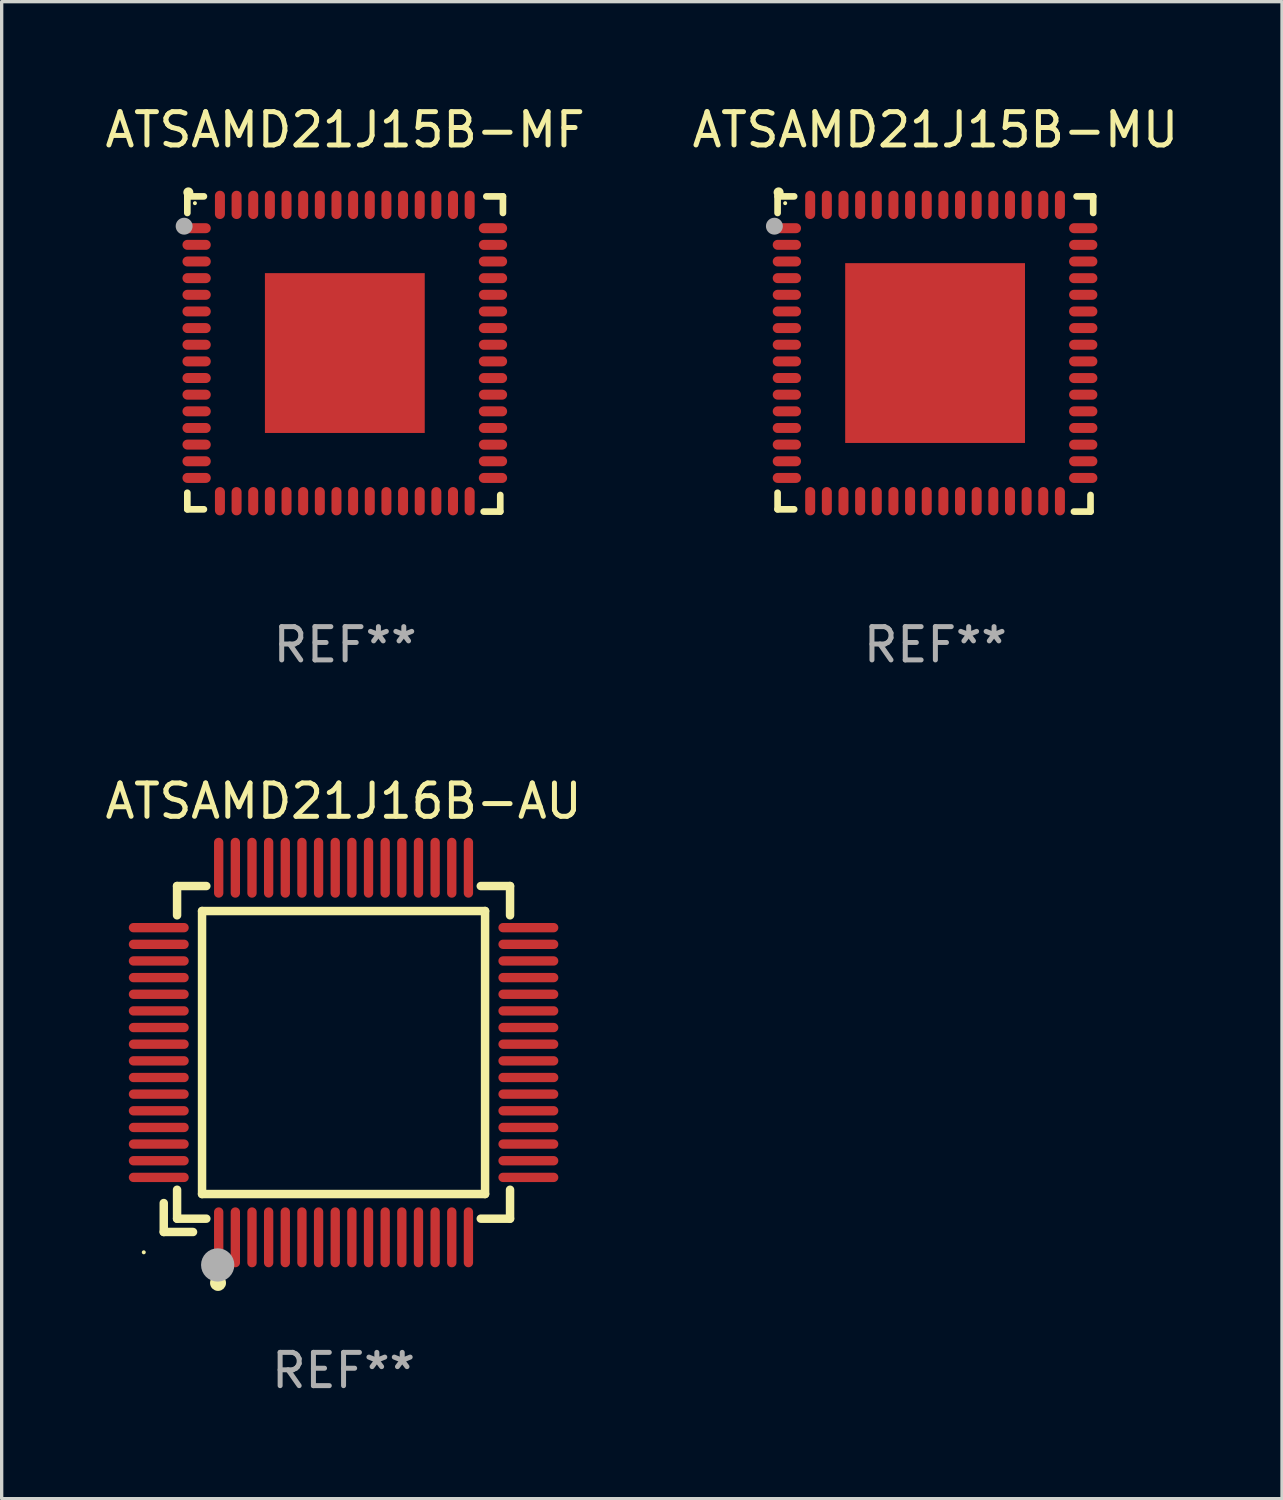
<source format=kicad_pcb>
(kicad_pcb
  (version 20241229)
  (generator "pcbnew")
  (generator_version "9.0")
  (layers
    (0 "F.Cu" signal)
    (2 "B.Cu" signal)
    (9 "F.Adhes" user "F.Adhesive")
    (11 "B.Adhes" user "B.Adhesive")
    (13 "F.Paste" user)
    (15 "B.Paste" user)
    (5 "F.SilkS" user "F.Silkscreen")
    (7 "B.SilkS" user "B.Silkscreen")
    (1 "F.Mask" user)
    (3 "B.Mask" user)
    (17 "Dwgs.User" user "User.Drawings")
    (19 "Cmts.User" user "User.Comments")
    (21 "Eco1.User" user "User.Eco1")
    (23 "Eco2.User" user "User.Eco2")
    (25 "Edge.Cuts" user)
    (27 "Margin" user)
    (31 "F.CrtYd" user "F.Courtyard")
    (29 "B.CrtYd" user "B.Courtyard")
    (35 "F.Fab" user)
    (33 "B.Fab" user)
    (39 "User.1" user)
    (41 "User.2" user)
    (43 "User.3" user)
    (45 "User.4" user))
  (footprint "ATSAMD21J16B-AU"
    (layer "F.Cu")
    (at 7.268 28.56)
    (property "Reference" "ATSAMD21J16B-AU" (at 0 -7.55 0) (layer "F.SilkS") (effects (font (size 1 1) (thickness 0.15))))
    (attr through_hole)
    (fp_line (start -5.4 4.521) (end -5.4 5.39) (stroke (width 0.254) (type solid)) (layer "F.SilkS"))
    (fp_line (start -5.4 5.39) (end -4.521 5.39) (stroke (width 0.254) (type solid)) (layer "F.SilkS"))
    (fp_line (start -5 -5) (end -5 -4.121) (stroke (width 0.254) (type solid)) (layer "F.SilkS"))
    (fp_line (start -5 4.121) (end -5 4.99) (stroke (width 0.254) (type solid)) (layer "F.SilkS"))
    (fp_line (start -5 4.99) (end -4.121 4.99) (stroke (width 0.254) (type solid)) (layer "F.SilkS"))
    (fp_line (start -4.25 -4.25) (end -4.25 4.25) (stroke (width 0.254) (type solid)) (layer "F.SilkS"))
    (fp_line (start -4.25 4.25) (end 4.25 4.25) (stroke (width 0.254) (type solid)) (layer "F.SilkS"))
    (fp_line (start -4.121 -5) (end -5 -5) (stroke (width 0.254) (type solid)) (layer "F.SilkS"))
    (fp_line (start 4.121 4.99) (end 5 4.99) (stroke (width 0.254) (type solid)) (layer "F.SilkS"))
    (fp_line (start 4.25 -4.25) (end -4.25 -4.25) (stroke (width 0.254) (type solid)) (layer "F.SilkS"))
    (fp_line (start 4.25 4.25) (end 4.25 -4.25) (stroke (width 0.254) (type solid)) (layer "F.SilkS"))
    (fp_line (start 5 -5) (end 4.121 -5) (stroke (width 0.254) (type solid)) (layer "F.SilkS"))
    (fp_line (start 5 -4.121) (end 5 -5) (stroke (width 0.254) (type solid)) (layer "F.SilkS"))
    (fp_line (start 5 4.99) (end 5 4.121) (stroke (width 0.254) (type solid)) (layer "F.SilkS"))
    (fp_circle (center -6 6) (end -5.97 6) (stroke (width 0.06) (type solid)) (fill no) (layer "F.SilkS"))
    (fp_circle (center -3.77 6.92) (end -3.65 6.92) (stroke (width 0.24) (type solid)) (fill no) (layer "F.SilkS"))
    (fp_circle (center -3.78 6.38) (end -3.53 6.38) (stroke (width 0.5) (type solid)) (fill no) (layer "F.Fab"))
    (fp_text user "REF**" (at 0 9.55 0) (layer "F.Fab") (effects (font (size 1 1) (thickness 0.15))))
    (pad "1" smd oval (at -3.75 5.55) (size 0.28 1.8) (layers "F.Cu" "F.Mask" "F.Paste"))
    (pad "2" smd oval (at -3.25 5.55) (size 0.28 1.8) (layers "F.Cu" "F.Mask" "F.Paste"))
    (pad "3" smd oval (at -2.75 5.55) (size 0.28 1.8) (layers "F.Cu" "F.Mask" "F.Paste"))
    (pad "4" smd oval (at -2.25 5.55) (size 0.28 1.8) (layers "F.Cu" "F.Mask" "F.Paste"))
    (pad "5" smd oval (at -1.75 5.55) (size 0.28 1.8) (layers "F.Cu" "F.Mask" "F.Paste"))
    (pad "6" smd oval (at -1.25 5.55) (size 0.28 1.8) (layers "F.Cu" "F.Mask" "F.Paste"))
    (pad "7" smd oval (at -0.75 5.55) (size 0.28 1.8) (layers "F.Cu" "F.Mask" "F.Paste"))
    (pad "8" smd oval (at -0.25 5.55) (size 0.28 1.8) (layers "F.Cu" "F.Mask" "F.Paste"))
    (pad "9" smd oval (at 0.25 5.55) (size 0.28 1.8) (layers "F.Cu" "F.Mask" "F.Paste"))
    (pad "10" smd oval (at 0.75 5.55) (size 0.28 1.8) (layers "F.Cu" "F.Mask" "F.Paste"))
    (pad "11" smd oval (at 1.25 5.55) (size 0.28 1.8) (layers "F.Cu" "F.Mask" "F.Paste"))
    (pad "12" smd oval (at 1.75 5.55) (size 0.28 1.8) (layers "F.Cu" "F.Mask" "F.Paste"))
    (pad "13" smd oval (at 2.25 5.55) (size 0.28 1.8) (layers "F.Cu" "F.Mask" "F.Paste"))
    (pad "14" smd oval (at 2.75 5.55) (size 0.28 1.8) (layers "F.Cu" "F.Mask" "F.Paste"))
    (pad "15" smd oval (at 3.25 5.55) (size 0.28 1.8) (layers "F.Cu" "F.Mask" "F.Paste"))
    (pad "16" smd oval (at 3.75 5.55) (size 0.28 1.8) (layers "F.Cu" "F.Mask" "F.Paste"))
    (pad "17" smd oval (at 5.55 3.75) (size 1.8 0.28) (layers "F.Cu" "F.Mask" "F.Paste"))
    (pad "18" smd oval (at 5.55 3.25) (size 1.8 0.28) (layers "F.Cu" "F.Mask" "F.Paste"))
    (pad "19" smd oval (at 5.55 2.75) (size 1.8 0.28) (layers "F.Cu" "F.Mask" "F.Paste"))
    (pad "20" smd oval (at 5.55 2.25) (size 1.8 0.28) (layers "F.Cu" "F.Mask" "F.Paste"))
    (pad "21" smd oval (at 5.55 1.75) (size 1.8 0.28) (layers "F.Cu" "F.Mask" "F.Paste"))
    (pad "22" smd oval (at 5.55 1.25) (size 1.8 0.28) (layers "F.Cu" "F.Mask" "F.Paste"))
    (pad "23" smd oval (at 5.55 0.75) (size 1.8 0.28) (layers "F.Cu" "F.Mask" "F.Paste"))
    (pad "24" smd oval (at 5.55 0.25) (size 1.8 0.28) (layers "F.Cu" "F.Mask" "F.Paste"))
    (pad "25" smd oval (at 5.55 -0.25) (size 1.8 0.28) (layers "F.Cu" "F.Mask" "F.Paste"))
    (pad "26" smd oval (at 5.55 -0.75) (size 1.8 0.28) (layers "F.Cu" "F.Mask" "F.Paste"))
    (pad "27" smd oval (at 5.55 -1.25) (size 1.8 0.28) (layers "F.Cu" "F.Mask" "F.Paste"))
    (pad "28" smd oval (at 5.55 -1.75) (size 1.8 0.28) (layers "F.Cu" "F.Mask" "F.Paste"))
    (pad "29" smd oval (at 5.55 -2.25) (size 1.8 0.28) (layers "F.Cu" "F.Mask" "F.Paste"))
    (pad "30" smd oval (at 5.55 -2.75) (size 1.8 0.28) (layers "F.Cu" "F.Mask" "F.Paste"))
    (pad "31" smd oval (at 5.55 -3.25) (size 1.8 0.28) (layers "F.Cu" "F.Mask" "F.Paste"))
    (pad "32" smd oval (at 5.55 -3.75) (size 1.8 0.28) (layers "F.Cu" "F.Mask" "F.Paste"))
    (pad "33" smd oval (at 3.75 -5.55) (size 0.28 1.8) (layers "F.Cu" "F.Mask" "F.Paste"))
    (pad "34" smd oval (at 3.25 -5.55) (size 0.28 1.8) (layers "F.Cu" "F.Mask" "F.Paste"))
    (pad "35" smd oval (at 2.75 -5.55) (size 0.28 1.8) (layers "F.Cu" "F.Mask" "F.Paste"))
    (pad "36" smd oval (at 2.25 -5.55) (size 0.28 1.8) (layers "F.Cu" "F.Mask" "F.Paste"))
    (pad "37" smd oval (at 1.75 -5.55) (size 0.28 1.8) (layers "F.Cu" "F.Mask" "F.Paste"))
    (pad "38" smd oval (at 1.25 -5.55) (size 0.28 1.8) (layers "F.Cu" "F.Mask" "F.Paste"))
    (pad "39" smd oval (at 0.75 -5.55) (size 0.28 1.8) (layers "F.Cu" "F.Mask" "F.Paste"))
    (pad "40" smd oval (at 0.25 -5.55) (size 0.28 1.8) (layers "F.Cu" "F.Mask" "F.Paste"))
    (pad "41" smd oval (at -0.25 -5.55) (size 0.28 1.8) (layers "F.Cu" "F.Mask" "F.Paste"))
    (pad "42" smd oval (at -0.75 -5.55) (size 0.28 1.8) (layers "F.Cu" "F.Mask" "F.Paste"))
    (pad "43" smd oval (at -1.25 -5.55) (size 0.28 1.8) (layers "F.Cu" "F.Mask" "F.Paste"))
    (pad "44" smd oval (at -1.75 -5.55) (size 0.28 1.8) (layers "F.Cu" "F.Mask" "F.Paste"))
    (pad "45" smd oval (at -2.25 -5.55) (size 0.28 1.8) (layers "F.Cu" "F.Mask" "F.Paste"))
    (pad "46" smd oval (at -2.75 -5.55) (size 0.28 1.8) (layers "F.Cu" "F.Mask" "F.Paste"))
    (pad "47" smd oval (at -3.25 -5.55) (size 0.28 1.8) (layers "F.Cu" "F.Mask" "F.Paste"))
    (pad "48" smd oval (at -3.75 -5.55) (size 0.28 1.8) (layers "F.Cu" "F.Mask" "F.Paste"))
    (pad "49" smd oval (at -5.55 -3.75) (size 1.8 0.28) (layers "F.Cu" "F.Mask" "F.Paste"))
    (pad "50" smd oval (at -5.55 -3.25) (size 1.8 0.28) (layers "F.Cu" "F.Mask" "F.Paste"))
    (pad "51" smd oval (at -5.55 -2.75) (size 1.8 0.28) (layers "F.Cu" "F.Mask" "F.Paste"))
    (pad "52" smd oval (at -5.55 -2.25) (size 1.8 0.28) (layers "F.Cu" "F.Mask" "F.Paste"))
    (pad "53" smd oval (at -5.55 -1.75) (size 1.8 0.28) (layers "F.Cu" "F.Mask" "F.Paste"))
    (pad "54" smd oval (at -5.55 -1.25) (size 1.8 0.28) (layers "F.Cu" "F.Mask" "F.Paste"))
    (pad "55" smd oval (at -5.55 -0.75) (size 1.8 0.28) (layers "F.Cu" "F.Mask" "F.Paste"))
    (pad "56" smd oval (at -5.55 -0.25) (size 1.8 0.28) (layers "F.Cu" "F.Mask" "F.Paste"))
    (pad "57" smd oval (at -5.55 0.25) (size 1.8 0.28) (layers "F.Cu" "F.Mask" "F.Paste"))
    (pad "58" smd oval (at -5.55 0.75) (size 1.8 0.28) (layers "F.Cu" "F.Mask" "F.Paste"))
    (pad "59" smd oval (at -5.55 1.25) (size 1.8 0.28) (layers "F.Cu" "F.Mask" "F.Paste"))
    (pad "60" smd oval (at -5.55 1.75) (size 1.8 0.28) (layers "F.Cu" "F.Mask" "F.Paste"))
    (pad "61" smd oval (at -5.55 2.25) (size 1.8 0.28) (layers "F.Cu" "F.Mask" "F.Paste"))
    (pad "62" smd oval (at -5.55 2.75) (size 1.8 0.28) (layers "F.Cu" "F.Mask" "F.Paste"))
    (pad "63" smd oval (at -5.55 3.25) (size 1.8 0.28) (layers "F.Cu" "F.Mask" "F.Paste"))
    (pad "64" smd oval (at -5.55 3.75) (size 1.8 0.28) (layers "F.Cu" "F.Mask" "F.Paste")))
  (footprint "ATSAMD21J15B-MF"
    (layer "F.Cu")
    (at 7.315 7.581)
    (property "Reference" "ATSAMD21J15B-MF" (at 0 -6.733 0) (layer "F.SilkS") (effects (font (size 1 1) (thickness 0.15))))
    (attr through_hole)
    (fp_line (start -4.739 -4.733) (end -4.241 -4.733) (stroke (width 0.2) (type solid)) (layer "F.SilkS"))
    (fp_line (start -4.739 -4.235) (end -4.739 -4.733) (stroke (width 0.2) (type solid)) (layer "F.SilkS"))
    (fp_line (start -4.739 4.168) (end -4.739 4.665) (stroke (width 0.2) (type solid)) (layer "F.SilkS"))
    (fp_line (start -4.739 4.665) (end -4.241 4.665) (stroke (width 0.2) (type solid)) (layer "F.SilkS"))
    (fp_line (start 4.161 4.733) (end 4.659 4.733) (stroke (width 0.2) (type solid)) (layer "F.SilkS"))
    (fp_line (start 4.241 -4.733) (end 4.739 -4.733) (stroke (width 0.2) (type solid)) (layer "F.SilkS"))
    (fp_line (start 4.659 4.733) (end 4.659 4.235) (stroke (width 0.2) (type solid)) (layer "F.SilkS"))
    (fp_line (start 4.739 -4.733) (end 4.739 -4.235) (stroke (width 0.2) (type solid)) (layer "F.SilkS"))
    (fp_arc (start -4.708623 -4.85108) (mid -4.708628 -4.85235) (end -4.708623 -4.85362) (stroke (width 0.3) (type solid)) (layer "F.SilkS"))
    (fp_circle (center -4.511 -4.529) (end -4.481 -4.529) (stroke (width 0.06) (type solid)) (fill no) (layer "F.SilkS"))
    (fp_circle (center -4.835 -3.838) (end -4.708 -3.838) (stroke (width 0.254) (type solid)) (fill no) (layer "F.Fab"))
    (fp_text user "REF**" (at 0 8.733 0) (layer "F.Fab") (effects (font (size 1 1) (thickness 0.15))))
    (pad "1" smd oval (at -4.46 -3.778) (size 0.85 0.3) (layers "F.Cu" "F.Mask" "F.Paste"))
    (pad "2" smd oval (at -4.46 -3.278) (size 0.85 0.3) (layers "F.Cu" "F.Mask" "F.Paste"))
    (pad "3" smd oval (at -4.46 -2.778) (size 0.85 0.3) (layers "F.Cu" "F.Mask" "F.Paste"))
    (pad "4" smd oval (at -4.46 -2.278) (size 0.85 0.3) (layers "F.Cu" "F.Mask" "F.Paste"))
    (pad "5" smd oval (at -4.46 -1.778) (size 0.85 0.3) (layers "F.Cu" "F.Mask" "F.Paste"))
    (pad "6" smd oval (at -4.46 -1.278) (size 0.85 0.3) (layers "F.Cu" "F.Mask" "F.Paste"))
    (pad "7" smd oval (at -4.46 -0.778) (size 0.85 0.3) (layers "F.Cu" "F.Mask" "F.Paste"))
    (pad "8" smd oval (at -4.46 -0.278) (size 0.85 0.3) (layers "F.Cu" "F.Mask" "F.Paste"))
    (pad "9" smd oval (at -4.46 0.222) (size 0.85 0.3) (layers "F.Cu" "F.Mask" "F.Paste"))
    (pad "10" smd oval (at -4.46 0.722) (size 0.85 0.3) (layers "F.Cu" "F.Mask" "F.Paste"))
    (pad "11" smd oval (at -4.46 1.222) (size 0.85 0.3) (layers "F.Cu" "F.Mask" "F.Paste"))
    (pad "12" smd oval (at -4.46 1.722) (size 0.85 0.3) (layers "F.Cu" "F.Mask" "F.Paste"))
    (pad "13" smd oval (at -4.46 2.222) (size 0.85 0.3) (layers "F.Cu" "F.Mask" "F.Paste"))
    (pad "14" smd oval (at -4.46 2.722) (size 0.85 0.3) (layers "F.Cu" "F.Mask" "F.Paste"))
    (pad "15" smd oval (at -4.46 3.222) (size 0.85 0.3) (layers "F.Cu" "F.Mask" "F.Paste"))
    (pad "16" smd oval (at -4.46 3.722) (size 0.85 0.3) (layers "F.Cu" "F.Mask" "F.Paste"))
    (pad "17" smd oval (at -3.76 4.422) (size 0.3 0.85) (layers "F.Cu" "F.Mask" "F.Paste"))
    (pad "18" smd oval (at -3.26 4.422) (size 0.3 0.85) (layers "F.Cu" "F.Mask" "F.Paste"))
    (pad "19" smd oval (at -2.76 4.422) (size 0.3 0.85) (layers "F.Cu" "F.Mask" "F.Paste"))
    (pad "20" smd oval (at -2.26 4.422) (size 0.3 0.85) (layers "F.Cu" "F.Mask" "F.Paste"))
    (pad "21" smd oval (at -1.76 4.422) (size 0.3 0.85) (layers "F.Cu" "F.Mask" "F.Paste"))
    (pad "22" smd oval (at -1.26 4.422) (size 0.3 0.85) (layers "F.Cu" "F.Mask" "F.Paste"))
    (pad "23" smd oval (at -0.76 4.422) (size 0.3 0.85) (layers "F.Cu" "F.Mask" "F.Paste"))
    (pad "24" smd oval (at -0.26 4.422) (size 0.3 0.85) (layers "F.Cu" "F.Mask" "F.Paste"))
    (pad "25" smd oval (at 0.24 4.422) (size 0.3 0.85) (layers "F.Cu" "F.Mask" "F.Paste"))
    (pad "26" smd oval (at 0.74 4.422) (size 0.3 0.85) (layers "F.Cu" "F.Mask" "F.Paste"))
    (pad "27" smd oval (at 1.24 4.422) (size 0.3 0.85) (layers "F.Cu" "F.Mask" "F.Paste"))
    (pad "28" smd oval (at 1.74 4.422) (size 0.3 0.85) (layers "F.Cu" "F.Mask" "F.Paste"))
    (pad "29" smd oval (at 2.24 4.422) (size 0.3 0.85) (layers "F.Cu" "F.Mask" "F.Paste"))
    (pad "30" smd oval (at 2.74 4.422) (size 0.3 0.85) (layers "F.Cu" "F.Mask" "F.Paste"))
    (pad "31" smd oval (at 3.24 4.422) (size 0.3 0.85) (layers "F.Cu" "F.Mask" "F.Paste"))
    (pad "32" smd oval (at 3.74 4.422) (size 0.3 0.85) (layers "F.Cu" "F.Mask" "F.Paste"))
    (pad "33" smd oval (at 4.44 3.723) (size 0.85 0.3) (layers "F.Cu" "F.Mask" "F.Paste"))
    (pad "34" smd oval (at 4.44 3.222) (size 0.85 0.3) (layers "F.Cu" "F.Mask" "F.Paste"))
    (pad "35" smd oval (at 4.44 2.723) (size 0.85 0.3) (layers "F.Cu" "F.Mask" "F.Paste"))
    (pad "36" smd oval (at 4.44 2.222) (size 0.85 0.3) (layers "F.Cu" "F.Mask" "F.Paste"))
    (pad "37" smd oval (at 4.44 1.723) (size 0.85 0.3) (layers "F.Cu" "F.Mask" "F.Paste"))
    (pad "38" smd oval (at 4.44 1.222) (size 0.85 0.3) (layers "F.Cu" "F.Mask" "F.Paste"))
    (pad "39" smd oval (at 4.44 0.723) (size 0.85 0.3) (layers "F.Cu" "F.Mask" "F.Paste"))
    (pad "40" smd oval (at 4.44 0.222) (size 0.85 0.3) (layers "F.Cu" "F.Mask" "F.Paste"))
    (pad "41" smd oval (at 4.44 -0.277) (size 0.85 0.3) (layers "F.Cu" "F.Mask" "F.Paste"))
    (pad "42" smd oval (at 4.44 -0.778) (size 0.85 0.3) (layers "F.Cu" "F.Mask" "F.Paste"))
    (pad "43" smd oval (at 4.44 -1.277) (size 0.85 0.3) (layers "F.Cu" "F.Mask" "F.Paste"))
    (pad "44" smd oval (at 4.44 -1.778) (size 0.85 0.3) (layers "F.Cu" "F.Mask" "F.Paste"))
    (pad "45" smd oval (at 4.44 -2.277) (size 0.85 0.3) (layers "F.Cu" "F.Mask" "F.Paste"))
    (pad "46" smd oval (at 4.44 -2.778) (size 0.85 0.3) (layers "F.Cu" "F.Mask" "F.Paste"))
    (pad "47" smd oval (at 4.44 -3.277) (size 0.85 0.3) (layers "F.Cu" "F.Mask" "F.Paste"))
    (pad "48" smd oval (at 4.44 -3.778) (size 0.85 0.3) (layers "F.Cu" "F.Mask" "F.Paste"))
    (pad "49" smd oval (at 3.74 -4.478) (size 0.3 0.85) (layers "F.Cu" "F.Mask" "F.Paste"))
    (pad "50" smd oval (at 3.24 -4.478) (size 0.3 0.85) (layers "F.Cu" "F.Mask" "F.Paste"))
    (pad "51" smd oval (at 2.74 -4.478) (size 0.3 0.85) (layers "F.Cu" "F.Mask" "F.Paste"))
    (pad "52" smd oval (at 2.24 -4.478) (size 0.3 0.85) (layers "F.Cu" "F.Mask" "F.Paste"))
    (pad "53" smd oval (at 1.74 -4.478) (size 0.3 0.85) (layers "F.Cu" "F.Mask" "F.Paste"))
    (pad "54" smd oval (at 1.24 -4.478) (size 0.3 0.85) (layers "F.Cu" "F.Mask" "F.Paste"))
    (pad "55" smd oval (at 0.74 -4.478) (size 0.3 0.85) (layers "F.Cu" "F.Mask" "F.Paste"))
    (pad "56" smd oval (at 0.24 -4.478) (size 0.3 0.85) (layers "F.Cu" "F.Mask" "F.Paste"))
    (pad "57" smd oval (at -0.26 -4.478) (size 0.3 0.85) (layers "F.Cu" "F.Mask" "F.Paste"))
    (pad "58" smd oval (at -0.76 -4.478) (size 0.3 0.85) (layers "F.Cu" "F.Mask" "F.Paste"))
    (pad "59" smd oval (at -1.26 -4.478) (size 0.3 0.85) (layers "F.Cu" "F.Mask" "F.Paste"))
    (pad "60" smd oval (at -1.76 -4.478) (size 0.3 0.85) (layers "F.Cu" "F.Mask" "F.Paste"))
    (pad "61" smd oval (at -2.26 -4.478) (size 0.3 0.85) (layers "F.Cu" "F.Mask" "F.Paste"))
    (pad "62" smd oval (at -2.76 -4.478) (size 0.3 0.85) (layers "F.Cu" "F.Mask" "F.Paste"))
    (pad "63" smd oval (at -3.26 -4.478) (size 0.3 0.85) (layers "F.Cu" "F.Mask" "F.Paste"))
    (pad "64" smd oval (at -3.76 -4.478) (size 0.3 0.85) (layers "F.Cu" "F.Mask" "F.Paste"))
    (pad "65" smd rect (at -0.009 -0.028 90) (size 4.8 4.8) (layers "F.Cu" "F.Mask" "F.Paste")))
  (footprint "ATSAMD21J15B-MU"
    (layer "F.Cu")
    (at 25.042 7.581)
    (property "Reference" "ATSAMD21J15B-MU" (at 0 -6.733 0) (layer "F.SilkS") (effects (font (size 1 1) (thickness 0.15))))
    (attr through_hole)
    (fp_line (start -4.739 -4.733) (end -4.241 -4.733) (stroke (width 0.2) (type solid)) (layer "F.SilkS"))
    (fp_line (start -4.739 -4.235) (end -4.739 -4.733) (stroke (width 0.2) (type solid)) (layer "F.SilkS"))
    (fp_line (start -4.739 4.168) (end -4.739 4.665) (stroke (width 0.2) (type solid)) (layer "F.SilkS"))
    (fp_line (start -4.739 4.665) (end -4.241 4.665) (stroke (width 0.2) (type solid)) (layer "F.SilkS"))
    (fp_line (start 4.161 4.733) (end 4.659 4.733) (stroke (width 0.2) (type solid)) (layer "F.SilkS"))
    (fp_line (start 4.241 -4.733) (end 4.739 -4.733) (stroke (width 0.2) (type solid)) (layer "F.SilkS"))
    (fp_line (start 4.659 4.733) (end 4.659 4.235) (stroke (width 0.2) (type solid)) (layer "F.SilkS"))
    (fp_line (start 4.739 -4.733) (end 4.739 -4.235) (stroke (width 0.2) (type solid)) (layer "F.SilkS"))
    (fp_arc (start -4.708623 -4.85108) (mid -4.708628 -4.85235) (end -4.708623 -4.85362) (stroke (width 0.3) (type solid)) (layer "F.SilkS"))
    (fp_circle (center -4.511 -4.529) (end -4.481 -4.529) (stroke (width 0.06) (type solid)) (fill no) (layer "F.SilkS"))
    (fp_circle (center -4.835 -3.838) (end -4.708 -3.838) (stroke (width 0.254) (type solid)) (fill no) (layer "F.Fab"))
    (fp_text user "REF**" (at 0 8.733 0) (layer "F.Fab") (effects (font (size 1 1) (thickness 0.15))))
    (pad "1" smd oval (at -4.46 -3.778) (size 0.85 0.3) (layers "F.Cu" "F.Mask" "F.Paste"))
    (pad "2" smd oval (at -4.46 -3.278) (size 0.85 0.3) (layers "F.Cu" "F.Mask" "F.Paste"))
    (pad "3" smd oval (at -4.46 -2.778) (size 0.85 0.3) (layers "F.Cu" "F.Mask" "F.Paste"))
    (pad "4" smd oval (at -4.46 -2.278) (size 0.85 0.3) (layers "F.Cu" "F.Mask" "F.Paste"))
    (pad "5" smd oval (at -4.46 -1.778) (size 0.85 0.3) (layers "F.Cu" "F.Mask" "F.Paste"))
    (pad "6" smd oval (at -4.46 -1.278) (size 0.85 0.3) (layers "F.Cu" "F.Mask" "F.Paste"))
    (pad "7" smd oval (at -4.46 -0.778) (size 0.85 0.3) (layers "F.Cu" "F.Mask" "F.Paste"))
    (pad "8" smd oval (at -4.46 -0.278) (size 0.85 0.3) (layers "F.Cu" "F.Mask" "F.Paste"))
    (pad "9" smd oval (at -4.46 0.222) (size 0.85 0.3) (layers "F.Cu" "F.Mask" "F.Paste"))
    (pad "10" smd oval (at -4.46 0.722) (size 0.85 0.3) (layers "F.Cu" "F.Mask" "F.Paste"))
    (pad "11" smd oval (at -4.46 1.222) (size 0.85 0.3) (layers "F.Cu" "F.Mask" "F.Paste"))
    (pad "12" smd oval (at -4.46 1.722) (size 0.85 0.3) (layers "F.Cu" "F.Mask" "F.Paste"))
    (pad "13" smd oval (at -4.46 2.222) (size 0.85 0.3) (layers "F.Cu" "F.Mask" "F.Paste"))
    (pad "14" smd oval (at -4.46 2.722) (size 0.85 0.3) (layers "F.Cu" "F.Mask" "F.Paste"))
    (pad "15" smd oval (at -4.46 3.222) (size 0.85 0.3) (layers "F.Cu" "F.Mask" "F.Paste"))
    (pad "16" smd oval (at -4.46 3.722) (size 0.85 0.3) (layers "F.Cu" "F.Mask" "F.Paste"))
    (pad "17" smd oval (at -3.76 4.422) (size 0.3 0.85) (layers "F.Cu" "F.Mask" "F.Paste"))
    (pad "18" smd oval (at -3.26 4.422) (size 0.3 0.85) (layers "F.Cu" "F.Mask" "F.Paste"))
    (pad "19" smd oval (at -2.76 4.422) (size 0.3 0.85) (layers "F.Cu" "F.Mask" "F.Paste"))
    (pad "20" smd oval (at -2.26 4.422) (size 0.3 0.85) (layers "F.Cu" "F.Mask" "F.Paste"))
    (pad "21" smd oval (at -1.76 4.422) (size 0.3 0.85) (layers "F.Cu" "F.Mask" "F.Paste"))
    (pad "22" smd oval (at -1.26 4.422) (size 0.3 0.85) (layers "F.Cu" "F.Mask" "F.Paste"))
    (pad "23" smd oval (at -0.76 4.422) (size 0.3 0.85) (layers "F.Cu" "F.Mask" "F.Paste"))
    (pad "24" smd oval (at -0.26 4.422) (size 0.3 0.85) (layers "F.Cu" "F.Mask" "F.Paste"))
    (pad "25" smd oval (at 0.24 4.422) (size 0.3 0.85) (layers "F.Cu" "F.Mask" "F.Paste"))
    (pad "26" smd oval (at 0.74 4.422) (size 0.3 0.85) (layers "F.Cu" "F.Mask" "F.Paste"))
    (pad "27" smd oval (at 1.24 4.422) (size 0.3 0.85) (layers "F.Cu" "F.Mask" "F.Paste"))
    (pad "28" smd oval (at 1.74 4.422) (size 0.3 0.85) (layers "F.Cu" "F.Mask" "F.Paste"))
    (pad "29" smd oval (at 2.24 4.422) (size 0.3 0.85) (layers "F.Cu" "F.Mask" "F.Paste"))
    (pad "30" smd oval (at 2.74 4.422) (size 0.3 0.85) (layers "F.Cu" "F.Mask" "F.Paste"))
    (pad "31" smd oval (at 3.24 4.422) (size 0.3 0.85) (layers "F.Cu" "F.Mask" "F.Paste"))
    (pad "32" smd oval (at 3.74 4.422) (size 0.3 0.85) (layers "F.Cu" "F.Mask" "F.Paste"))
    (pad "33" smd oval (at 4.44 3.723) (size 0.85 0.3) (layers "F.Cu" "F.Mask" "F.Paste"))
    (pad "34" smd oval (at 4.44 3.222) (size 0.85 0.3) (layers "F.Cu" "F.Mask" "F.Paste"))
    (pad "35" smd oval (at 4.44 2.723) (size 0.85 0.3) (layers "F.Cu" "F.Mask" "F.Paste"))
    (pad "36" smd oval (at 4.44 2.222) (size 0.85 0.3) (layers "F.Cu" "F.Mask" "F.Paste"))
    (pad "37" smd oval (at 4.44 1.723) (size 0.85 0.3) (layers "F.Cu" "F.Mask" "F.Paste"))
    (pad "38" smd oval (at 4.44 1.222) (size 0.85 0.3) (layers "F.Cu" "F.Mask" "F.Paste"))
    (pad "39" smd oval (at 4.44 0.723) (size 0.85 0.3) (layers "F.Cu" "F.Mask" "F.Paste"))
    (pad "40" smd oval (at 4.44 0.222) (size 0.85 0.3) (layers "F.Cu" "F.Mask" "F.Paste"))
    (pad "41" smd oval (at 4.44 -0.277) (size 0.85 0.3) (layers "F.Cu" "F.Mask" "F.Paste"))
    (pad "42" smd oval (at 4.44 -0.778) (size 0.85 0.3) (layers "F.Cu" "F.Mask" "F.Paste"))
    (pad "43" smd oval (at 4.44 -1.277) (size 0.85 0.3) (layers "F.Cu" "F.Mask" "F.Paste"))
    (pad "44" smd oval (at 4.44 -1.778) (size 0.85 0.3) (layers "F.Cu" "F.Mask" "F.Paste"))
    (pad "45" smd oval (at 4.44 -2.277) (size 0.85 0.3) (layers "F.Cu" "F.Mask" "F.Paste"))
    (pad "46" smd oval (at 4.44 -2.778) (size 0.85 0.3) (layers "F.Cu" "F.Mask" "F.Paste"))
    (pad "47" smd oval (at 4.44 -3.277) (size 0.85 0.3) (layers "F.Cu" "F.Mask" "F.Paste"))
    (pad "48" smd oval (at 4.44 -3.778) (size 0.85 0.3) (layers "F.Cu" "F.Mask" "F.Paste"))
    (pad "49" smd oval (at 3.74 -4.478) (size 0.3 0.85) (layers "F.Cu" "F.Mask" "F.Paste"))
    (pad "50" smd oval (at 3.24 -4.478) (size 0.3 0.85) (layers "F.Cu" "F.Mask" "F.Paste"))
    (pad "51" smd oval (at 2.74 -4.478) (size 0.3 0.85) (layers "F.Cu" "F.Mask" "F.Paste"))
    (pad "52" smd oval (at 2.24 -4.478) (size 0.3 0.85) (layers "F.Cu" "F.Mask" "F.Paste"))
    (pad "53" smd oval (at 1.74 -4.478) (size 0.3 0.85) (layers "F.Cu" "F.Mask" "F.Paste"))
    (pad "54" smd oval (at 1.24 -4.478) (size 0.3 0.85) (layers "F.Cu" "F.Mask" "F.Paste"))
    (pad "55" smd oval (at 0.74 -4.478) (size 0.3 0.85) (layers "F.Cu" "F.Mask" "F.Paste"))
    (pad "56" smd oval (at 0.24 -4.478) (size 0.3 0.85) (layers "F.Cu" "F.Mask" "F.Paste"))
    (pad "57" smd oval (at -0.26 -4.478) (size 0.3 0.85) (layers "F.Cu" "F.Mask" "F.Paste"))
    (pad "58" smd oval (at -0.76 -4.478) (size 0.3 0.85) (layers "F.Cu" "F.Mask" "F.Paste"))
    (pad "59" smd oval (at -1.26 -4.478) (size 0.3 0.85) (layers "F.Cu" "F.Mask" "F.Paste"))
    (pad "60" smd oval (at -1.76 -4.478) (size 0.3 0.85) (layers "F.Cu" "F.Mask" "F.Paste"))
    (pad "61" smd oval (at -2.26 -4.478) (size 0.3 0.85) (layers "F.Cu" "F.Mask" "F.Paste"))
    (pad "62" smd oval (at -2.76 -4.478) (size 0.3 0.85) (layers "F.Cu" "F.Mask" "F.Paste"))
    (pad "63" smd oval (at -3.26 -4.478) (size 0.3 0.85) (layers "F.Cu" "F.Mask" "F.Paste"))
    (pad "64" smd oval (at -3.76 -4.478) (size 0.3 0.85) (layers "F.Cu" "F.Mask" "F.Paste"))
    (pad "65" smd rect (at -0.009 -0.028 90) (size 5.4 5.4) (layers "F.Cu" "F.Mask" "F.Paste")))
  (gr_rect
    (start -3 -3)
    (end 35.452 41.958)
    (stroke (width 0.1) (type default))
    (fill no)
    (layer "Edge.Cuts")))
</source>
